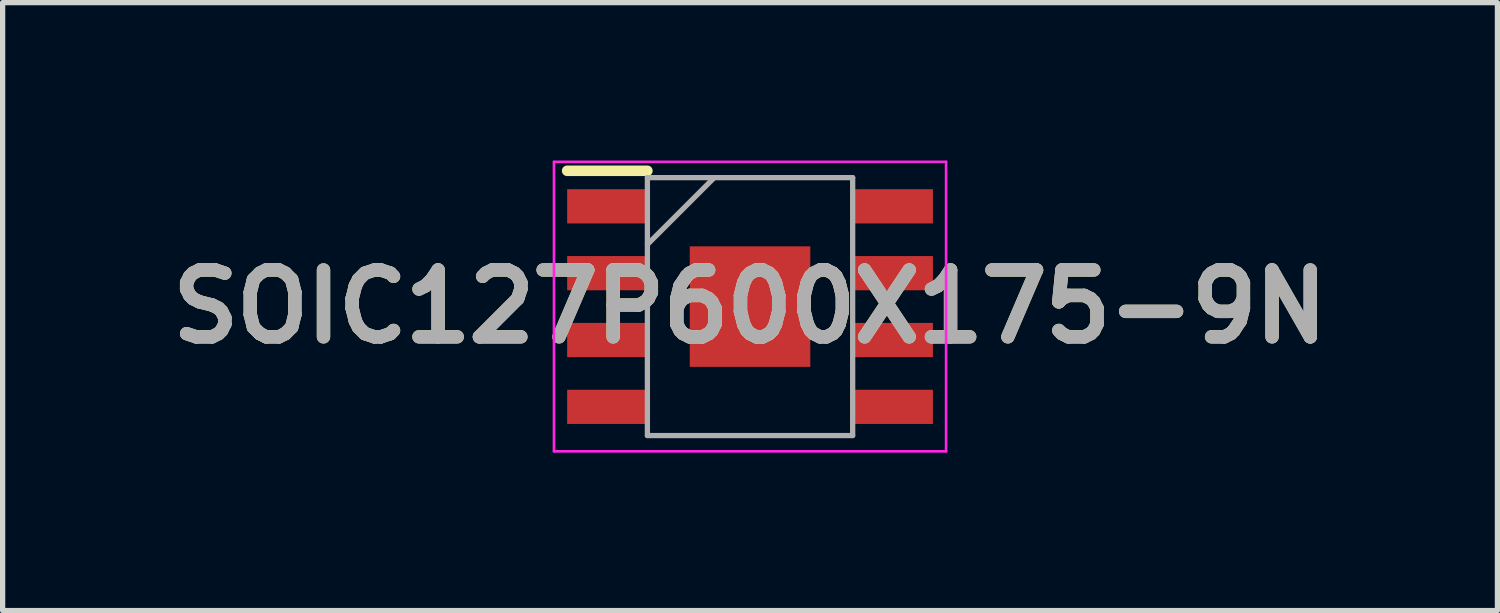
<source format=kicad_pcb>
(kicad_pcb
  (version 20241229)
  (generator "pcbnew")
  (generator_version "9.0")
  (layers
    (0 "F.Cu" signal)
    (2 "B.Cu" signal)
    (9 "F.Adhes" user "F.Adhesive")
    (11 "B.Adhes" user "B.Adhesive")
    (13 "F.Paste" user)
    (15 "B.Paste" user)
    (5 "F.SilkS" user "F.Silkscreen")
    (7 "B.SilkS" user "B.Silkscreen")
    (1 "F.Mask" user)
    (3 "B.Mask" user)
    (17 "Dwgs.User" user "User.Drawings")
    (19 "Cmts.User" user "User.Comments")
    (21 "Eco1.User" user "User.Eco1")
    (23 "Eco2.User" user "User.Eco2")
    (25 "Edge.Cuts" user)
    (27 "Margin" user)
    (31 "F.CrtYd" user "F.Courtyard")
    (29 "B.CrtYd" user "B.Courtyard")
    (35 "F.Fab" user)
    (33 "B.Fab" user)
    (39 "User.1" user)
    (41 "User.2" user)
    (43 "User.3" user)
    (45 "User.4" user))
  (footprint "SOIC127P600X175-9N"
    (layer "F.Cu")
    (at 11.2 2.775)
    (property "Reference" "SOIC127P600X175-9N" (at 0 0 0) (layer "F.SilkS") (effects (font (size 1.27 1.27) (thickness 0.254))))
    (attr smd)
    (fp_line (start -3.475 -2.58) (end -1.95 -2.58) (stroke (width 0.2) (type solid)) (layer "F.SilkS"))
    (fp_line (start -3.725 -2.75) (end 3.725 -2.75) (stroke (width 0.05) (type solid)) (layer "F.CrtYd"))
    (fp_line (start -3.725 2.75) (end -3.725 -2.75) (stroke (width 0.05) (type solid)) (layer "F.CrtYd"))
    (fp_line (start 3.725 -2.75) (end 3.725 2.75) (stroke (width 0.05) (type solid)) (layer "F.CrtYd"))
    (fp_line (start 3.725 2.75) (end -3.725 2.75) (stroke (width 0.05) (type solid)) (layer "F.CrtYd"))
    (fp_line (start -1.95 -2.45) (end 1.95 -2.45) (stroke (width 0.1) (type solid)) (layer "F.Fab"))
    (fp_line (start -1.95 -1.18) (end -0.68 -2.45) (stroke (width 0.1) (type solid)) (layer "F.Fab"))
    (fp_line (start -1.95 2.45) (end -1.95 -2.45) (stroke (width 0.1) (type solid)) (layer "F.Fab"))
    (fp_line (start 1.95 -2.45) (end 1.95 2.45) (stroke (width 0.1) (type solid)) (layer "F.Fab"))
    (fp_line (start 1.95 2.45) (end -1.95 2.45) (stroke (width 0.1) (type solid)) (layer "F.Fab"))
    (fp_text user "${REFERENCE}" (at 0 0 0) (layer "F.Fab") (effects (font (size 1.27 1.27) (thickness 0.254))))
    (pad "1" smd rect (at -2.712 -1.905 90) (size 0.65 1.525) (layers "F.Cu" "F.Mask" "F.Paste"))
    (pad "2" smd rect (at -2.712 -0.635 90) (size 0.65 1.525) (layers "F.Cu" "F.Mask" "F.Paste"))
    (pad "3" smd rect (at -2.712 0.635 90) (size 0.65 1.525) (layers "F.Cu" "F.Mask" "F.Paste"))
    (pad "4" smd rect (at -2.712 1.905 90) (size 0.65 1.525) (layers "F.Cu" "F.Mask" "F.Paste"))
    (pad "5" smd rect (at 2.712 1.905 90) (size 0.65 1.525) (layers "F.Cu" "F.Mask" "F.Paste"))
    (pad "6" smd rect (at 2.712 0.635 90) (size 0.65 1.525) (layers "F.Cu" "F.Mask" "F.Paste"))
    (pad "7" smd rect (at 2.712 -0.635 90) (size 0.65 1.525) (layers "F.Cu" "F.Mask" "F.Paste"))
    (pad "8" smd rect (at 2.712 -1.905 90) (size 0.65 1.525) (layers "F.Cu" "F.Mask" "F.Paste"))
    (pad "9" smd rect (at 0 0) (size 2.29 2.29) (layers "F.Cu" "F.Mask" "F.Paste")))
  (gr_rect
    (start -3 -3)
    (end 25.4 8.55)
    (stroke (width 0.1) (type default))
    (fill no)
    (layer "Edge.Cuts")))
</source>
